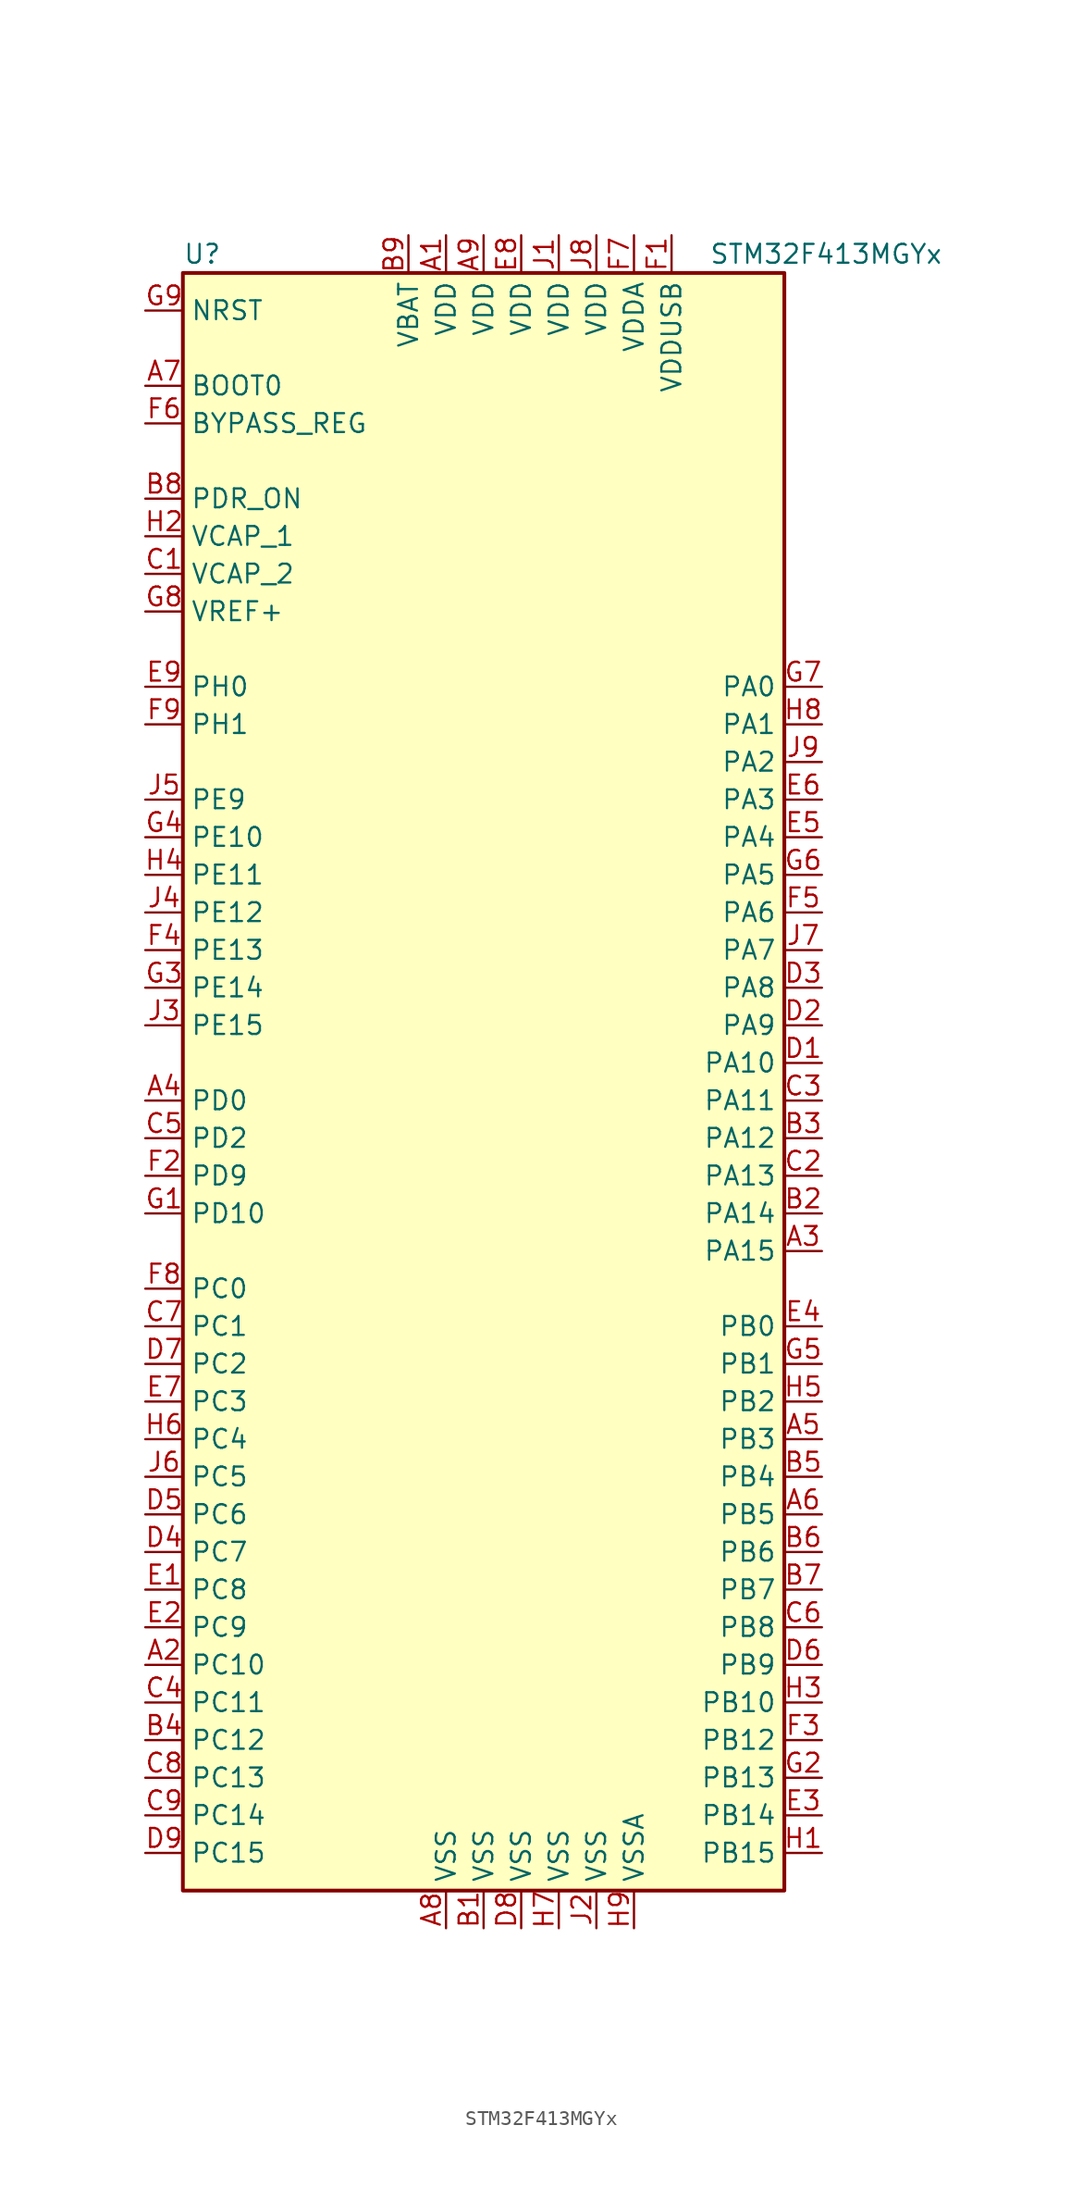
<source format=kicad_sym>
(kicad_symbol_lib
  (version 20220914)
  (generator kicad_symbol_editor)
  (symbol "STM32F413MGYx"
    (property "Reference" "U"
      (at -20.32 54.61 0)
      (effects (font (size 1.27 1.27)) (justify left)))
    (property "Value" "STM32F413MGYx"
      (at 15.24 54.61 0)
      (effects (font (size 1.27 1.27)) (justify left)))
    (symbol "STM32F413MGYx_0_1"
      (rectangle (start -20.32 -55.88) (end 20.32 53.34) (stroke (width 0.254) (type default)) (fill (type background))))
    (symbol "STM32F413MGYx_1_1"
      (pin power_in line (at -2.54 55.88 270) (length 2.54) (name "VDD" (effects (font (size 1.27 1.27)))) (number "A1" (effects (font (size 1.27 1.27)))))
      (pin bidirectional line (at -22.86 -40.64 0) (length 2.54) (name "PC10" (effects (font (size 1.27 1.27)))) (number "A2" (effects (font (size 1.27 1.27)))))
      (pin bidirectional line (at 22.86 -12.7 180) (length 2.54) (name "PA15" (effects (font (size 1.27 1.27)))) (number "A3" (effects (font (size 1.27 1.27)))))
      (pin bidirectional line (at -22.86 -2.54 0) (length 2.54) (name "PD0" (effects (font (size 1.27 1.27)))) (number "A4" (effects (font (size 1.27 1.27)))))
      (pin bidirectional line (at 22.86 -25.4 180) (length 2.54) (name "PB3" (effects (font (size 1.27 1.27)))) (number "A5" (effects (font (size 1.27 1.27)))))
      (pin bidirectional line (at 22.86 -30.48 180) (length 2.54) (name "PB5" (effects (font (size 1.27 1.27)))) (number "A6" (effects (font (size 1.27 1.27)))))
      (pin input line (at -22.86 45.72 0) (length 2.54) (name "BOOT0" (effects (font (size 1.27 1.27)))) (number "A7" (effects (font (size 1.27 1.27)))))
      (pin power_in line (at -2.54 -58.42 90) (length 2.54) (name "VSS" (effects (font (size 1.27 1.27)))) (number "A8" (effects (font (size 1.27 1.27)))))
      (pin power_in line (at 0 55.88 270) (length 2.54) (name "VDD" (effects (font (size 1.27 1.27)))) (number "A9" (effects (font (size 1.27 1.27)))))
      (pin power_in line (at 0 -58.42 90) (length 2.54) (name "VSS" (effects (font (size 1.27 1.27)))) (number "B1" (effects (font (size 1.27 1.27)))))
      (pin bidirectional line (at 22.86 -10.16 180) (length 2.54) (name "PA14" (effects (font (size 1.27 1.27)))) (number "B2" (effects (font (size 1.27 1.27)))))
      (pin bidirectional line (at 22.86 -5.08 180) (length 2.54) (name "PA12" (effects (font (size 1.27 1.27)))) (number "B3" (effects (font (size 1.27 1.27)))))
      (pin bidirectional line (at -22.86 -45.72 0) (length 2.54) (name "PC12" (effects (font (size 1.27 1.27)))) (number "B4" (effects (font (size 1.27 1.27)))))
      (pin bidirectional line (at 22.86 -27.94 180) (length 2.54) (name "PB4" (effects (font (size 1.27 1.27)))) (number "B5" (effects (font (size 1.27 1.27)))))
      (pin bidirectional line (at 22.86 -33.02 180) (length 2.54) (name "PB6" (effects (font (size 1.27 1.27)))) (number "B6" (effects (font (size 1.27 1.27)))))
      (pin bidirectional line (at 22.86 -35.56 180) (length 2.54) (name "PB7" (effects (font (size 1.27 1.27)))) (number "B7" (effects (font (size 1.27 1.27)))))
      (pin power_in line (at -22.86 38.1 0) (length 2.54) (name "PDR_ON" (effects (font (size 1.27 1.27)))) (number "B8" (effects (font (size 1.27 1.27)))))
      (pin power_in line (at -5.08 55.88 270) (length 2.54) (name "VBAT" (effects (font (size 1.27 1.27)))) (number "B9" (effects (font (size 1.27 1.27)))))
      (pin power_in line (at -22.86 33.02 0) (length 2.54) (name "VCAP_2" (effects (font (size 1.27 1.27)))) (number "C1" (effects (font (size 1.27 1.27)))))
      (pin bidirectional line (at 22.86 -7.62 180) (length 2.54) (name "PA13" (effects (font (size 1.27 1.27)))) (number "C2" (effects (font (size 1.27 1.27)))))
      (pin bidirectional line (at 22.86 -2.54 180) (length 2.54) (name "PA11" (effects (font (size 1.27 1.27)))) (number "C3" (effects (font (size 1.27 1.27)))))
      (pin bidirectional line (at -22.86 -43.18 0) (length 2.54) (name "PC11" (effects (font (size 1.27 1.27)))) (number "C4" (effects (font (size 1.27 1.27)))))
      (pin bidirectional line (at -22.86 -5.08 0) (length 2.54) (name "PD2" (effects (font (size 1.27 1.27)))) (number "C5" (effects (font (size 1.27 1.27)))))
      (pin bidirectional line (at 22.86 -38.1 180) (length 2.54) (name "PB8" (effects (font (size 1.27 1.27)))) (number "C6" (effects (font (size 1.27 1.27)))))
      (pin bidirectional line (at -22.86 -17.78 0) (length 2.54) (name "PC1" (effects (font (size 1.27 1.27)))) (number "C7" (effects (font (size 1.27 1.27)))))
      (pin bidirectional line (at -22.86 -48.26 0) (length 2.54) (name "PC13" (effects (font (size 1.27 1.27)))) (number "C8" (effects (font (size 1.27 1.27)))))
      (pin bidirectional line (at -22.86 -50.8 0) (length 2.54) (name "PC14" (effects (font (size 1.27 1.27)))) (number "C9" (effects (font (size 1.27 1.27)))))
      (pin bidirectional line (at 22.86 0 180) (length 2.54) (name "PA10" (effects (font (size 1.27 1.27)))) (number "D1" (effects (font (size 1.27 1.27)))))
      (pin bidirectional line (at 22.86 2.54 180) (length 2.54) (name "PA9" (effects (font (size 1.27 1.27)))) (number "D2" (effects (font (size 1.27 1.27)))))
      (pin bidirectional line (at 22.86 5.08 180) (length 2.54) (name "PA8" (effects (font (size 1.27 1.27)))) (number "D3" (effects (font (size 1.27 1.27)))))
      (pin bidirectional line (at -22.86 -33.02 0) (length 2.54) (name "PC7" (effects (font (size 1.27 1.27)))) (number "D4" (effects (font (size 1.27 1.27)))))
      (pin bidirectional line (at -22.86 -30.48 0) (length 2.54) (name "PC6" (effects (font (size 1.27 1.27)))) (number "D5" (effects (font (size 1.27 1.27)))))
      (pin bidirectional line (at 22.86 -40.64 180) (length 2.54) (name "PB9" (effects (font (size 1.27 1.27)))) (number "D6" (effects (font (size 1.27 1.27)))))
      (pin bidirectional line (at -22.86 -20.32 0) (length 2.54) (name "PC2" (effects (font (size 1.27 1.27)))) (number "D7" (effects (font (size 1.27 1.27)))))
      (pin power_in line (at 2.54 -58.42 90) (length 2.54) (name "VSS" (effects (font (size 1.27 1.27)))) (number "D8" (effects (font (size 1.27 1.27)))))
      (pin bidirectional line (at -22.86 -53.34 0) (length 2.54) (name "PC15" (effects (font (size 1.27 1.27)))) (number "D9" (effects (font (size 1.27 1.27)))))
      (pin bidirectional line (at -22.86 -35.56 0) (length 2.54) (name "PC8" (effects (font (size 1.27 1.27)))) (number "E1" (effects (font (size 1.27 1.27)))))
      (pin bidirectional line (at -22.86 -38.1 0) (length 2.54) (name "PC9" (effects (font (size 1.27 1.27)))) (number "E2" (effects (font (size 1.27 1.27)))))
      (pin bidirectional line (at 22.86 -50.8 180) (length 2.54) (name "PB14" (effects (font (size 1.27 1.27)))) (number "E3" (effects (font (size 1.27 1.27)))))
      (pin bidirectional line (at 22.86 -17.78 180) (length 2.54) (name "PB0" (effects (font (size 1.27 1.27)))) (number "E4" (effects (font (size 1.27 1.27)))))
      (pin bidirectional line (at 22.86 15.24 180) (length 2.54) (name "PA4" (effects (font (size 1.27 1.27)))) (number "E5" (effects (font (size 1.27 1.27)))))
      (pin bidirectional line (at 22.86 17.78 180) (length 2.54) (name "PA3" (effects (font (size 1.27 1.27)))) (number "E6" (effects (font (size 1.27 1.27)))))
      (pin bidirectional line (at -22.86 -22.86 0) (length 2.54) (name "PC3" (effects (font (size 1.27 1.27)))) (number "E7" (effects (font (size 1.27 1.27)))))
      (pin power_in line (at 2.54 55.88 270) (length 2.54) (name "VDD" (effects (font (size 1.27 1.27)))) (number "E8" (effects (font (size 1.27 1.27)))))
      (pin input line (at -22.86 25.4 0) (length 2.54) (name "PH0" (effects (font (size 1.27 1.27)))) (number "E9" (effects (font (size 1.27 1.27)))))
      (pin power_in line (at 12.7 55.88 270) (length 2.54) (name "VDDUSB" (effects (font (size 1.27 1.27)))) (number "F1" (effects (font (size 1.27 1.27)))))
      (pin bidirectional line (at -22.86 -7.62 0) (length 2.54) (name "PD9" (effects (font (size 1.27 1.27)))) (number "F2" (effects (font (size 1.27 1.27)))))
      (pin bidirectional line (at 22.86 -45.72 180) (length 2.54) (name "PB12" (effects (font (size 1.27 1.27)))) (number "F3" (effects (font (size 1.27 1.27)))))
      (pin bidirectional line (at -22.86 7.62 0) (length 2.54) (name "PE13" (effects (font (size 1.27 1.27)))) (number "F4" (effects (font (size 1.27 1.27)))))
      (pin bidirectional line (at 22.86 10.16 180) (length 2.54) (name "PA6" (effects (font (size 1.27 1.27)))) (number "F5" (effects (font (size 1.27 1.27)))))
      (pin input line (at -22.86 43.18 0) (length 2.54) (name "BYPASS_REG" (effects (font (size 1.27 1.27)))) (number "F6" (effects (font (size 1.27 1.27)))))
      (pin power_in line (at 10.16 55.88 270) (length 2.54) (name "VDDA" (effects (font (size 1.27 1.27)))) (number "F7" (effects (font (size 1.27 1.27)))))
      (pin bidirectional line (at -22.86 -15.24 0) (length 2.54) (name "PC0" (effects (font (size 1.27 1.27)))) (number "F8" (effects (font (size 1.27 1.27)))))
      (pin input line (at -22.86 22.86 0) (length 2.54) (name "PH1" (effects (font (size 1.27 1.27)))) (number "F9" (effects (font (size 1.27 1.27)))))
      (pin bidirectional line (at -22.86 -10.16 0) (length 2.54) (name "PD10" (effects (font (size 1.27 1.27)))) (number "G1" (effects (font (size 1.27 1.27)))))
      (pin bidirectional line (at 22.86 -48.26 180) (length 2.54) (name "PB13" (effects (font (size 1.27 1.27)))) (number "G2" (effects (font (size 1.27 1.27)))))
      (pin bidirectional line (at -22.86 5.08 0) (length 2.54) (name "PE14" (effects (font (size 1.27 1.27)))) (number "G3" (effects (font (size 1.27 1.27)))))
      (pin bidirectional line (at -22.86 15.24 0) (length 2.54) (name "PE10" (effects (font (size 1.27 1.27)))) (number "G4" (effects (font (size 1.27 1.27)))))
      (pin bidirectional line (at 22.86 -20.32 180) (length 2.54) (name "PB1" (effects (font (size 1.27 1.27)))) (number "G5" (effects (font (size 1.27 1.27)))))
      (pin bidirectional line (at 22.86 12.7 180) (length 2.54) (name "PA5" (effects (font (size 1.27 1.27)))) (number "G6" (effects (font (size 1.27 1.27)))))
      (pin bidirectional line (at 22.86 25.4 180) (length 2.54) (name "PA0" (effects (font (size 1.27 1.27)))) (number "G7" (effects (font (size 1.27 1.27)))))
      (pin power_in line (at -22.86 30.48 0) (length 2.54) (name "VREF+" (effects (font (size 1.27 1.27)))) (number "G8" (effects (font (size 1.27 1.27)))))
      (pin input line (at -22.86 50.8 0) (length 2.54) (name "NRST" (effects (font (size 1.27 1.27)))) (number "G9" (effects (font (size 1.27 1.27)))))
      (pin bidirectional line (at 22.86 -53.34 180) (length 2.54) (name "PB15" (effects (font (size 1.27 1.27)))) (number "H1" (effects (font (size 1.27 1.27)))))
      (pin power_in line (at -22.86 35.56 0) (length 2.54) (name "VCAP_1" (effects (font (size 1.27 1.27)))) (number "H2" (effects (font (size 1.27 1.27)))))
      (pin bidirectional line (at 22.86 -43.18 180) (length 2.54) (name "PB10" (effects (font (size 1.27 1.27)))) (number "H3" (effects (font (size 1.27 1.27)))))
      (pin bidirectional line (at -22.86 12.7 0) (length 2.54) (name "PE11" (effects (font (size 1.27 1.27)))) (number "H4" (effects (font (size 1.27 1.27)))))
      (pin bidirectional line (at 22.86 -22.86 180) (length 2.54) (name "PB2" (effects (font (size 1.27 1.27)))) (number "H5" (effects (font (size 1.27 1.27)))))
      (pin bidirectional line (at -22.86 -25.4 0) (length 2.54) (name "PC4" (effects (font (size 1.27 1.27)))) (number "H6" (effects (font (size 1.27 1.27)))))
      (pin power_in line (at 5.08 -58.42 90) (length 2.54) (name "VSS" (effects (font (size 1.27 1.27)))) (number "H7" (effects (font (size 1.27 1.27)))))
      (pin bidirectional line (at 22.86 22.86 180) (length 2.54) (name "PA1" (effects (font (size 1.27 1.27)))) (number "H8" (effects (font (size 1.27 1.27)))))
      (pin power_in line (at 10.16 -58.42 90) (length 2.54) (name "VSSA" (effects (font (size 1.27 1.27)))) (number "H9" (effects (font (size 1.27 1.27)))))
      (pin power_in line (at 5.08 55.88 270) (length 2.54) (name "VDD" (effects (font (size 1.27 1.27)))) (number "J1" (effects (font (size 1.27 1.27)))))
      (pin power_in line (at 7.62 -58.42 90) (length 2.54) (name "VSS" (effects (font (size 1.27 1.27)))) (number "J2" (effects (font (size 1.27 1.27)))))
      (pin bidirectional line (at -22.86 2.54 0) (length 2.54) (name "PE15" (effects (font (size 1.27 1.27)))) (number "J3" (effects (font (size 1.27 1.27)))))
      (pin bidirectional line (at -22.86 10.16 0) (length 2.54) (name "PE12" (effects (font (size 1.27 1.27)))) (number "J4" (effects (font (size 1.27 1.27)))))
      (pin bidirectional line (at -22.86 17.78 0) (length 2.54) (name "PE9" (effects (font (size 1.27 1.27)))) (number "J5" (effects (font (size 1.27 1.27)))))
      (pin bidirectional line (at -22.86 -27.94 0) (length 2.54) (name "PC5" (effects (font (size 1.27 1.27)))) (number "J6" (effects (font (size 1.27 1.27)))))
      (pin bidirectional line (at 22.86 7.62 180) (length 2.54) (name "PA7" (effects (font (size 1.27 1.27)))) (number "J7" (effects (font (size 1.27 1.27)))))
      (pin power_in line (at 7.62 55.88 270) (length 2.54) (name "VDD" (effects (font (size 1.27 1.27)))) (number "J8" (effects (font (size 1.27 1.27)))))
      (pin bidirectional line (at 22.86 20.32 180) (length 2.54) (name "PA2" (effects (font (size 1.27 1.27)))) (number "J9" (effects (font (size 1.27 1.27))))))))
</source>
